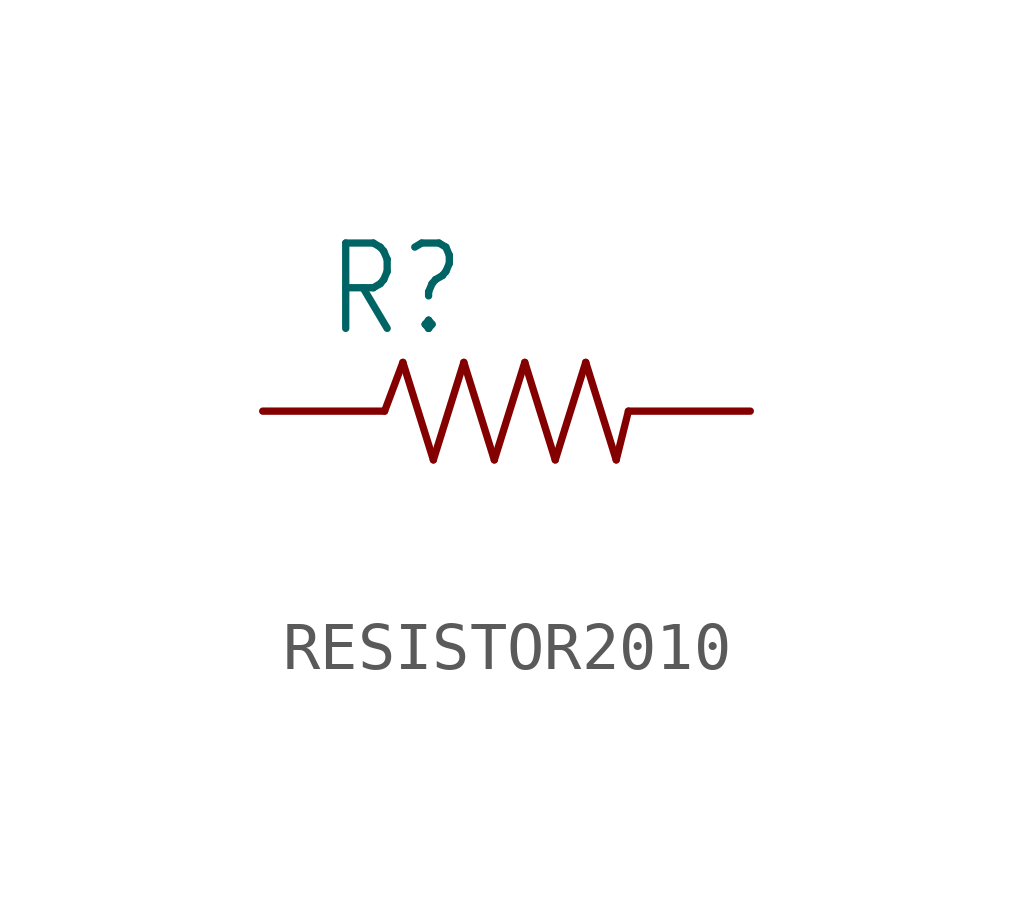
<source format=kicad_sym>
(kicad_symbol_lib
  (version 20220914)
  (generator kicad_symbol_editor)
  (symbol "RESISTOR2010"
    (property "Reference" "R"
      (at -3.81 1.499 0)
      (effects (font (size 1.778 1.511)) (justify left bottom)))
    (property "Value" ""
      (at -3.81 -3.302 0)
      (effects (font (size 1.778 1.511)) (justify left bottom)))
    (property "ki_locked" ""
      (at 0 0 0)
      (effects (font (size 1.27 1.27))))
    (symbol "RESISTOR2010_1_0"
      (polyline (pts (xy -2.54 0) (xy -2.159 1.016)) (stroke (width 0.152) (type solid)) (fill (type none)))
      (polyline (pts (xy -2.159 1.016) (xy -1.524 -1.016)) (stroke (width 0.152) (type solid)) (fill (type none)))
      (polyline (pts (xy -1.524 -1.016) (xy -0.889 1.016)) (stroke (width 0.152) (type solid)) (fill (type none)))
      (polyline (pts (xy -0.889 1.016) (xy -0.254 -1.016)) (stroke (width 0.152) (type solid)) (fill (type none)))
      (polyline (pts (xy -0.254 -1.016) (xy 0.381 1.016)) (stroke (width 0.152) (type solid)) (fill (type none)))
      (polyline (pts (xy 0.381 1.016) (xy 1.016 -1.016)) (stroke (width 0.152) (type solid)) (fill (type none)))
      (polyline (pts (xy 1.016 -1.016) (xy 1.651 1.016)) (stroke (width 0.152) (type solid)) (fill (type none)))
      (polyline (pts (xy 1.651 1.016) (xy 2.286 -1.016)) (stroke (width 0.152) (type solid)) (fill (type none)))
      (polyline (pts (xy 2.286 -1.016) (xy 2.54 0)) (stroke (width 0.152) (type solid)) (fill (type none)))
      (pin passive line (at -5.08 0 0) (length 2.54) (name "1" (effects (font (size 0 0)))) (number "1" (effects (font (size 0 0)))))
      (pin passive line (at 5.08 0 180) (length 2.54) (name "2" (effects (font (size 0 0)))) (number "2" (effects (font (size 0 0))))))))
</source>
